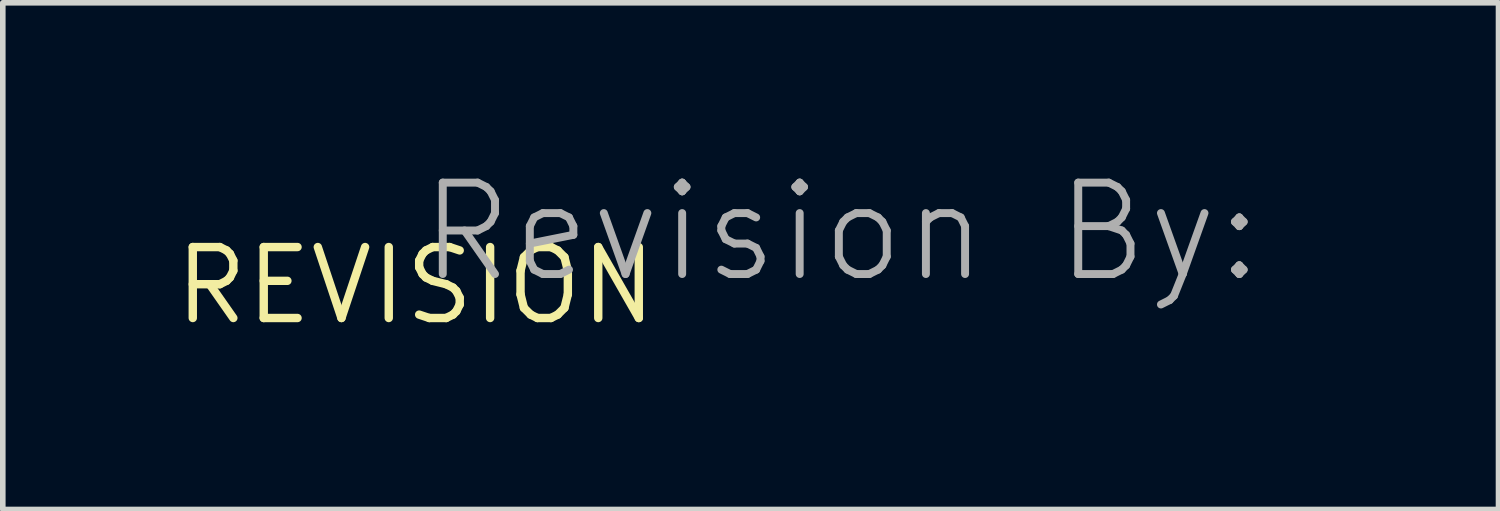
<source format=kicad_pcb>
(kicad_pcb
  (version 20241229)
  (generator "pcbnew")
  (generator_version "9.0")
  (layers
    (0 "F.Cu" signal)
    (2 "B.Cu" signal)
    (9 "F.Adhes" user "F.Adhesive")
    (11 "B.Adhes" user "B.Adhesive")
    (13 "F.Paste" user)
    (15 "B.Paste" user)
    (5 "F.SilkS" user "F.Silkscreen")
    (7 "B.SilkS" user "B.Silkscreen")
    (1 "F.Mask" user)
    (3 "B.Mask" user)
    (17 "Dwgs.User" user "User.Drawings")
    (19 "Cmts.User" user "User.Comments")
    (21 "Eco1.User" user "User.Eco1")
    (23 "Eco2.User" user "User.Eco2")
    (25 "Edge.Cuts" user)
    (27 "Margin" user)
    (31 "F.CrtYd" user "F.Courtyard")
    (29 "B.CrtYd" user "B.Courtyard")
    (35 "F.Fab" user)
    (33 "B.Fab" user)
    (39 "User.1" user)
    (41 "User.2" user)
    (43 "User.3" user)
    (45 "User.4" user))
  (footprint "REVISION"
    (layer "F.Cu")
    (at 4.392 2.062)
    (property "Reference" "REVISION" (at 0 0 0) (unlocked yes) (layer "F.SilkS") (effects (font (size 1.27 1.27) (thickness 0.15))))
    (fp_text user "Revision By: " (at 0 0 0) (layer "F.Fab") (effects (font (size 1.636 1.636) (thickness 0.142)) (justify left bottom))))
  (gr_rect
    (start -3 -3)
    (end 23.771 6.069)
    (stroke (width 0.1) (type default))
    (fill no)
    (layer "Edge.Cuts")))
</source>
